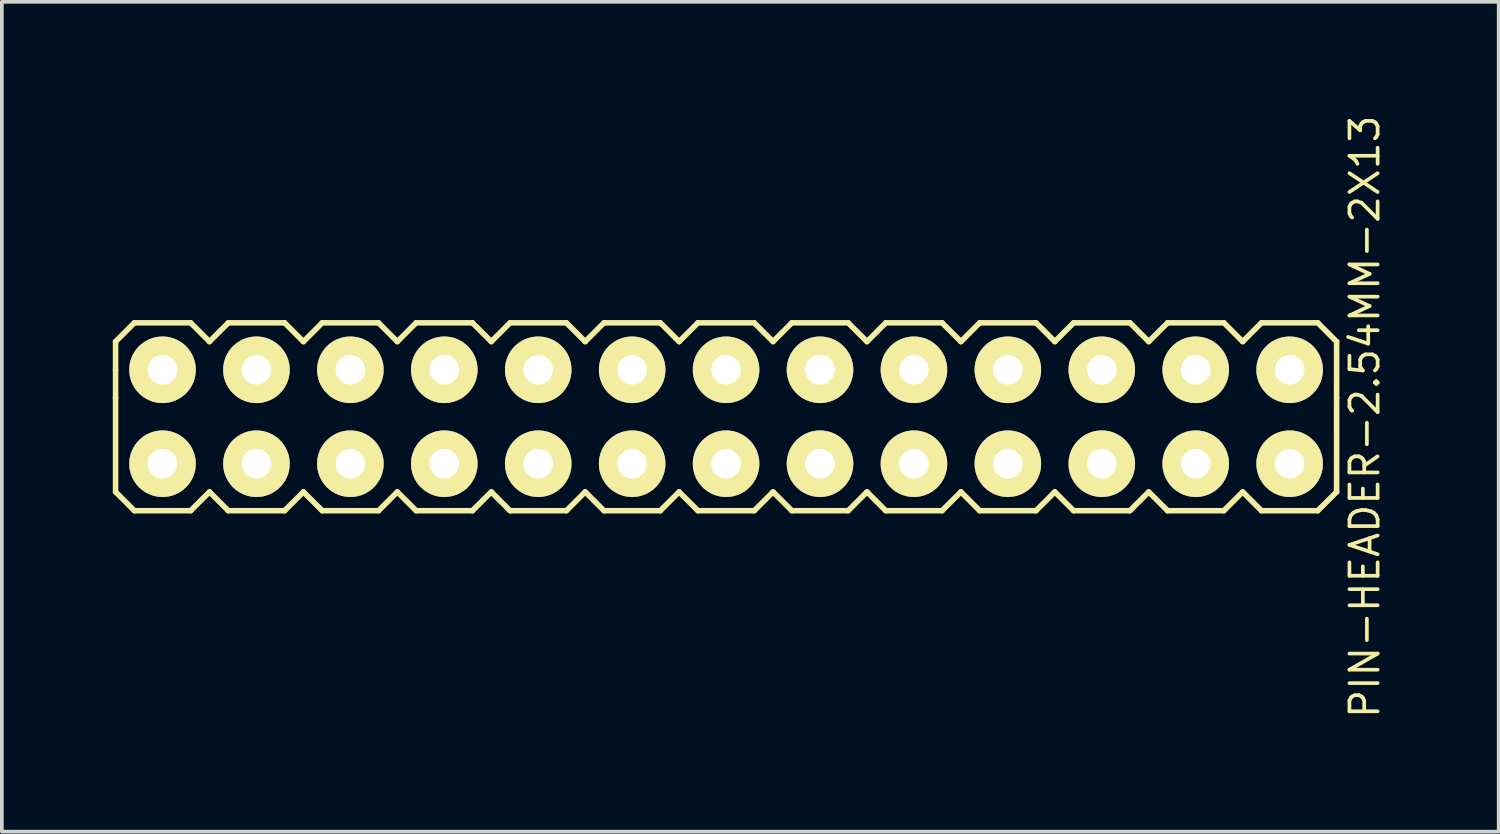
<source format=kicad_pcb>
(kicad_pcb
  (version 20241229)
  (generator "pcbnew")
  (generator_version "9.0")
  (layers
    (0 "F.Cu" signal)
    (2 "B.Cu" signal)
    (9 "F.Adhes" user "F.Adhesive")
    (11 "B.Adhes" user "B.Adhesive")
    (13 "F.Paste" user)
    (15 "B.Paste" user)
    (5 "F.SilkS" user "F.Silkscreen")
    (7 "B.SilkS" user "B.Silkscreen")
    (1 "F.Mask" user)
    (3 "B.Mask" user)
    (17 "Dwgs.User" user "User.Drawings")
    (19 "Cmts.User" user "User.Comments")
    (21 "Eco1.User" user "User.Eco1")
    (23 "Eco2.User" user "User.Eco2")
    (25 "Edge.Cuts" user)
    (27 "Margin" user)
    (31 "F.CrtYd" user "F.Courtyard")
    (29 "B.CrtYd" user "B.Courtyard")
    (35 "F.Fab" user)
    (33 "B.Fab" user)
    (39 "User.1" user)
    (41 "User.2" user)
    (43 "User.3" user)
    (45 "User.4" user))
  (footprint "PIN-HEADER-2.54MM-2X13"
    (layer "F.Cu")
    (at 16.585 8.22)
    (property "Reference" "PIN-HEADER-2.54MM-2X13" (at 17.272 0 90) (layer "F.SilkS") (effects (font (size 0.762 0.762) (thickness 0.1))))
    (attr through_hole)
    (fp_line (start -16.51 -2.032) (end -16.002 -2.54) (stroke (width 0.15) (type solid)) (layer "F.SilkS"))
    (fp_line (start -16.51 -1.27) (end -16.51 -2.032) (stroke (width 0.15) (type solid)) (layer "F.SilkS"))
    (fp_line (start -16.51 -0.508) (end -16.51 -1.27) (stroke (width 0.15) (type solid)) (layer "F.SilkS"))
    (fp_line (start -16.51 -0.508) (end -16.51 2.032) (stroke (width 0.15) (type solid)) (layer "F.SilkS"))
    (fp_line (start -16.002 -2.54) (end -14.478 -2.54) (stroke (width 0.15) (type solid)) (layer "F.SilkS"))
    (fp_line (start -16.002 2.54) (end -16.51 2.032) (stroke (width 0.15) (type solid)) (layer "F.SilkS"))
    (fp_line (start -14.478 -2.54) (end -13.97 -2.032) (stroke (width 0.15) (type solid)) (layer "F.SilkS"))
    (fp_line (start -14.478 2.54) (end -16.002 2.54) (stroke (width 0.15) (type solid)) (layer "F.SilkS"))
    (fp_line (start -13.97 -2.032) (end -13.462 -2.54) (stroke (width 0.15) (type solid)) (layer "F.SilkS"))
    (fp_line (start -13.97 2.032) (end -14.478 2.54) (stroke (width 0.15) (type solid)) (layer "F.SilkS"))
    (fp_line (start -13.462 -2.54) (end -11.938 -2.54) (stroke (width 0.15) (type solid)) (layer "F.SilkS"))
    (fp_line (start -13.462 2.54) (end -13.97 2.032) (stroke (width 0.15) (type solid)) (layer "F.SilkS"))
    (fp_line (start -11.938 -2.54) (end -11.43 -2.032) (stroke (width 0.15) (type solid)) (layer "F.SilkS"))
    (fp_line (start -11.938 2.54) (end -13.462 2.54) (stroke (width 0.15) (type solid)) (layer "F.SilkS"))
    (fp_line (start -11.43 -2.032) (end -10.922 -2.54) (stroke (width 0.15) (type solid)) (layer "F.SilkS"))
    (fp_line (start -11.43 2.032) (end -11.938 2.54) (stroke (width 0.15) (type solid)) (layer "F.SilkS"))
    (fp_line (start -10.922 -2.54) (end -9.398 -2.54) (stroke (width 0.15) (type solid)) (layer "F.SilkS"))
    (fp_line (start -10.922 2.54) (end -11.43 2.032) (stroke (width 0.15) (type solid)) (layer "F.SilkS"))
    (fp_line (start -9.398 -2.54) (end -8.89 -2.032) (stroke (width 0.15) (type solid)) (layer "F.SilkS"))
    (fp_line (start -9.398 2.54) (end -10.922 2.54) (stroke (width 0.15) (type solid)) (layer "F.SilkS"))
    (fp_line (start -8.89 -2.032) (end -8.382 -2.54) (stroke (width 0.15) (type solid)) (layer "F.SilkS"))
    (fp_line (start -8.89 2.032) (end -9.398 2.54) (stroke (width 0.15) (type solid)) (layer "F.SilkS"))
    (fp_line (start -8.382 -2.54) (end -6.858 -2.54) (stroke (width 0.15) (type solid)) (layer "F.SilkS"))
    (fp_line (start -8.382 2.54) (end -8.89 2.032) (stroke (width 0.15) (type solid)) (layer "F.SilkS"))
    (fp_line (start -6.858 -2.54) (end -6.35 -2.032) (stroke (width 0.15) (type solid)) (layer "F.SilkS"))
    (fp_line (start -6.858 2.54) (end -8.382 2.54) (stroke (width 0.15) (type solid)) (layer "F.SilkS"))
    (fp_line (start -6.35 -2.032) (end -5.842 -2.54) (stroke (width 0.15) (type solid)) (layer "F.SilkS"))
    (fp_line (start -6.35 2.032) (end -6.858 2.54) (stroke (width 0.15) (type solid)) (layer "F.SilkS"))
    (fp_line (start -5.842 -2.54) (end -4.318 -2.54) (stroke (width 0.15) (type solid)) (layer "F.SilkS"))
    (fp_line (start -5.842 2.54) (end -6.35 2.032) (stroke (width 0.15) (type solid)) (layer "F.SilkS"))
    (fp_line (start -4.318 -2.54) (end -3.81 -2.032) (stroke (width 0.15) (type solid)) (layer "F.SilkS"))
    (fp_line (start -4.318 2.54) (end -5.842 2.54) (stroke (width 0.15) (type solid)) (layer "F.SilkS"))
    (fp_line (start -3.81 -2.032) (end -3.302 -2.54) (stroke (width 0.15) (type solid)) (layer "F.SilkS"))
    (fp_line (start -3.81 2.032) (end -4.318 2.54) (stroke (width 0.15) (type solid)) (layer "F.SilkS"))
    (fp_line (start -3.302 -2.54) (end -1.778 -2.54) (stroke (width 0.15) (type solid)) (layer "F.SilkS"))
    (fp_line (start -3.302 2.54) (end -3.81 2.032) (stroke (width 0.15) (type solid)) (layer "F.SilkS"))
    (fp_line (start -1.778 -2.54) (end -1.27 -2.032) (stroke (width 0.15) (type solid)) (layer "F.SilkS"))
    (fp_line (start -1.778 2.54) (end -3.302 2.54) (stroke (width 0.15) (type solid)) (layer "F.SilkS"))
    (fp_line (start -1.27 -2.032) (end -0.762 -2.54) (stroke (width 0.15) (type solid)) (layer "F.SilkS"))
    (fp_line (start -1.27 2.032) (end -1.778 2.54) (stroke (width 0.15) (type solid)) (layer "F.SilkS"))
    (fp_line (start -0.762 -2.54) (end 0.762 -2.54) (stroke (width 0.15) (type solid)) (layer "F.SilkS"))
    (fp_line (start -0.762 2.54) (end -1.27 2.032) (stroke (width 0.15) (type solid)) (layer "F.SilkS"))
    (fp_line (start 0.762 -2.54) (end 1.27 -2.032) (stroke (width 0.15) (type solid)) (layer "F.SilkS"))
    (fp_line (start 0.762 2.54) (end -0.762 2.54) (stroke (width 0.15) (type solid)) (layer "F.SilkS"))
    (fp_line (start 1.27 -2.032) (end 1.778 -2.54) (stroke (width 0.15) (type solid)) (layer "F.SilkS"))
    (fp_line (start 1.27 2.032) (end 0.762 2.54) (stroke (width 0.15) (type solid)) (layer "F.SilkS"))
    (fp_line (start 1.778 -2.54) (end 3.302 -2.54) (stroke (width 0.15) (type solid)) (layer "F.SilkS"))
    (fp_line (start 1.778 2.54) (end 1.27 2.032) (stroke (width 0.15) (type solid)) (layer "F.SilkS"))
    (fp_line (start 3.302 -2.54) (end 3.81 -2.032) (stroke (width 0.15) (type solid)) (layer "F.SilkS"))
    (fp_line (start 3.302 2.54) (end 1.778 2.54) (stroke (width 0.15) (type solid)) (layer "F.SilkS"))
    (fp_line (start 3.81 -2.032) (end 4.318 -2.54) (stroke (width 0.15) (type solid)) (layer "F.SilkS"))
    (fp_line (start 3.81 2.032) (end 3.302 2.54) (stroke (width 0.15) (type solid)) (layer "F.SilkS"))
    (fp_line (start 4.318 -2.54) (end 5.842 -2.54) (stroke (width 0.15) (type solid)) (layer "F.SilkS"))
    (fp_line (start 4.318 2.54) (end 3.81 2.032) (stroke (width 0.15) (type solid)) (layer "F.SilkS"))
    (fp_line (start 5.842 -2.54) (end 6.35 -2.032) (stroke (width 0.15) (type solid)) (layer "F.SilkS"))
    (fp_line (start 5.842 2.54) (end 4.318 2.54) (stroke (width 0.15) (type solid)) (layer "F.SilkS"))
    (fp_line (start 6.35 -2.032) (end 6.858 -2.54) (stroke (width 0.15) (type solid)) (layer "F.SilkS"))
    (fp_line (start 6.35 2.032) (end 5.842 2.54) (stroke (width 0.15) (type solid)) (layer "F.SilkS"))
    (fp_line (start 6.858 -2.54) (end 8.382 -2.54) (stroke (width 0.15) (type solid)) (layer "F.SilkS"))
    (fp_line (start 6.858 2.54) (end 6.35 2.032) (stroke (width 0.15) (type solid)) (layer "F.SilkS"))
    (fp_line (start 8.382 -2.54) (end 8.89 -2.032) (stroke (width 0.15) (type solid)) (layer "F.SilkS"))
    (fp_line (start 8.382 2.54) (end 6.858 2.54) (stroke (width 0.15) (type solid)) (layer "F.SilkS"))
    (fp_line (start 8.89 -2.032) (end 9.398 -2.54) (stroke (width 0.15) (type solid)) (layer "F.SilkS"))
    (fp_line (start 8.89 2.032) (end 8.382 2.54) (stroke (width 0.15) (type solid)) (layer "F.SilkS"))
    (fp_line (start 9.398 -2.54) (end 10.922 -2.54) (stroke (width 0.15) (type solid)) (layer "F.SilkS"))
    (fp_line (start 9.398 2.54) (end 8.89 2.032) (stroke (width 0.15) (type solid)) (layer "F.SilkS"))
    (fp_line (start 10.922 -2.54) (end 11.43 -2.032) (stroke (width 0.15) (type solid)) (layer "F.SilkS"))
    (fp_line (start 10.922 2.54) (end 9.398 2.54) (stroke (width 0.15) (type solid)) (layer "F.SilkS"))
    (fp_line (start 11.43 -2.032) (end 11.938 -2.54) (stroke (width 0.15) (type solid)) (layer "F.SilkS"))
    (fp_line (start 11.43 2.032) (end 10.922 2.54) (stroke (width 0.15) (type solid)) (layer "F.SilkS"))
    (fp_line (start 11.938 -2.54) (end 13.462 -2.54) (stroke (width 0.15) (type solid)) (layer "F.SilkS"))
    (fp_line (start 11.938 2.54) (end 11.43 2.032) (stroke (width 0.15) (type solid)) (layer "F.SilkS"))
    (fp_line (start 13.462 -2.54) (end 13.97 -2.032) (stroke (width 0.15) (type solid)) (layer "F.SilkS"))
    (fp_line (start 13.462 2.54) (end 11.938 2.54) (stroke (width 0.15) (type solid)) (layer "F.SilkS"))
    (fp_line (start 13.97 -2.032) (end 14.478 -2.54) (stroke (width 0.15) (type solid)) (layer "F.SilkS"))
    (fp_line (start 13.97 2.032) (end 13.462 2.54) (stroke (width 0.15) (type solid)) (layer "F.SilkS"))
    (fp_line (start 14.478 -2.54) (end 16.002 -2.54) (stroke (width 0.15) (type solid)) (layer "F.SilkS"))
    (fp_line (start 14.478 2.54) (end 13.97 2.032) (stroke (width 0.15) (type solid)) (layer "F.SilkS"))
    (fp_line (start 16.002 -2.54) (end 16.51 -2.032) (stroke (width 0.15) (type solid)) (layer "F.SilkS"))
    (fp_line (start 16.002 2.54) (end 14.478 2.54) (stroke (width 0.15) (type solid)) (layer "F.SilkS"))
    (fp_line (start 16.51 -2.032) (end 16.51 -0.508) (stroke (width 0.15) (type solid)) (layer "F.SilkS"))
    (fp_line (start 16.51 -0.508) (end 16.51 2.032) (stroke (width 0.15) (type solid)) (layer "F.SilkS"))
    (fp_line (start 16.51 2.032) (end 16.002 2.54) (stroke (width 0.15) (type solid)) (layer "F.SilkS"))
    (pad "1" thru_hole circle (at -15.24 1.27) (size 1.8 1.8) (drill 0.8) (layers "*.Cu" "*.Mask" "F.SilkS"))
    (pad "2" thru_hole circle (at -15.24 -1.27) (size 1.8 1.8) (drill 0.8) (layers "*.Cu" "*.Mask" "F.SilkS"))
    (pad "3" thru_hole circle (at -12.7 1.27) (size 1.8 1.8) (drill 0.8) (layers "*.Cu" "*.Mask" "F.SilkS"))
    (pad "4" thru_hole circle (at -12.7 -1.27) (size 1.8 1.8) (drill 0.8) (layers "*.Cu" "*.Mask" "F.SilkS"))
    (pad "5" thru_hole circle (at -10.16 1.27) (size 1.8 1.8) (drill 0.8) (layers "*.Cu" "*.Mask" "F.SilkS"))
    (pad "6" thru_hole circle (at -10.16 -1.27) (size 1.8 1.8) (drill 0.8) (layers "*.Cu" "*.Mask" "F.SilkS"))
    (pad "7" thru_hole circle (at -7.62 1.27) (size 1.8 1.8) (drill 0.8) (layers "*.Cu" "*.Mask" "F.SilkS"))
    (pad "8" thru_hole circle (at -7.62 -1.27) (size 1.8 1.8) (drill 0.8) (layers "*.Cu" "*.Mask" "F.SilkS"))
    (pad "9" thru_hole circle (at -5.08 1.27) (size 1.8 1.8) (drill 0.8) (layers "*.Cu" "*.Mask" "F.SilkS"))
    (pad "10" thru_hole circle (at -5.08 -1.27) (size 1.8 1.8) (drill 0.8) (layers "*.Cu" "*.Mask" "F.SilkS"))
    (pad "11" thru_hole circle (at -2.54 1.27) (size 1.8 1.8) (drill 0.8) (layers "*.Cu" "*.Mask" "F.SilkS"))
    (pad "12" thru_hole circle (at -2.54 -1.27) (size 1.8 1.8) (drill 0.8) (layers "*.Cu" "*.Mask" "F.SilkS"))
    (pad "13" thru_hole circle (at 0 1.27) (size 1.8 1.8) (drill 0.8) (layers "*.Cu" "*.Mask" "F.SilkS"))
    (pad "14" thru_hole circle (at 0 -1.27) (size 1.8 1.8) (drill 0.8) (layers "*.Cu" "*.Mask" "F.SilkS"))
    (pad "15" thru_hole circle (at 2.54 1.27) (size 1.8 1.8) (drill 0.8) (layers "*.Cu" "*.Mask" "F.SilkS"))
    (pad "16" thru_hole circle (at 2.54 -1.27) (size 1.8 1.8) (drill 0.8) (layers "*.Cu" "*.Mask" "F.SilkS"))
    (pad "17" thru_hole circle (at 5.08 1.27) (size 1.8 1.8) (drill 0.8) (layers "*.Cu" "*.Mask" "F.SilkS"))
    (pad "18" thru_hole circle (at 5.08 -1.27) (size 1.8 1.8) (drill 0.8) (layers "*.Cu" "*.Mask" "F.SilkS"))
    (pad "19" thru_hole circle (at 7.62 1.27) (size 1.8 1.8) (drill 0.8) (layers "*.Cu" "*.Mask" "F.SilkS"))
    (pad "20" thru_hole circle (at 7.62 -1.27) (size 1.8 1.8) (drill 0.8) (layers "*.Cu" "*.Mask" "F.SilkS"))
    (pad "21" thru_hole circle (at 10.16 1.27) (size 1.8 1.8) (drill 0.8) (layers "*.Cu" "*.Mask" "F.SilkS"))
    (pad "22" thru_hole circle (at 10.16 -1.27) (size 1.8 1.8) (drill 0.8) (layers "*.Cu" "*.Mask" "F.SilkS"))
    (pad "23" thru_hole circle (at 12.7 1.27) (size 1.8 1.8) (drill 0.8) (layers "*.Cu" "*.Mask" "F.SilkS"))
    (pad "24" thru_hole circle (at 12.7 -1.27) (size 1.8 1.8) (drill 0.8) (layers "*.Cu" "*.Mask" "F.SilkS"))
    (pad "25" thru_hole circle (at 15.24 1.27) (size 1.8 1.8) (drill 0.8) (layers "*.Cu" "*.Mask" "F.SilkS"))
    (pad "26" thru_hole circle (at 15.24 -1.27) (size 1.8 1.8) (drill 0.8) (layers "*.Cu" "*.Mask" "F.SilkS")))
  (gr_rect
    (start -3 -3)
    (end 37.478 19.44)
    (stroke (width 0.1) (type default))
    (fill no)
    (layer "Edge.Cuts")))
</source>
